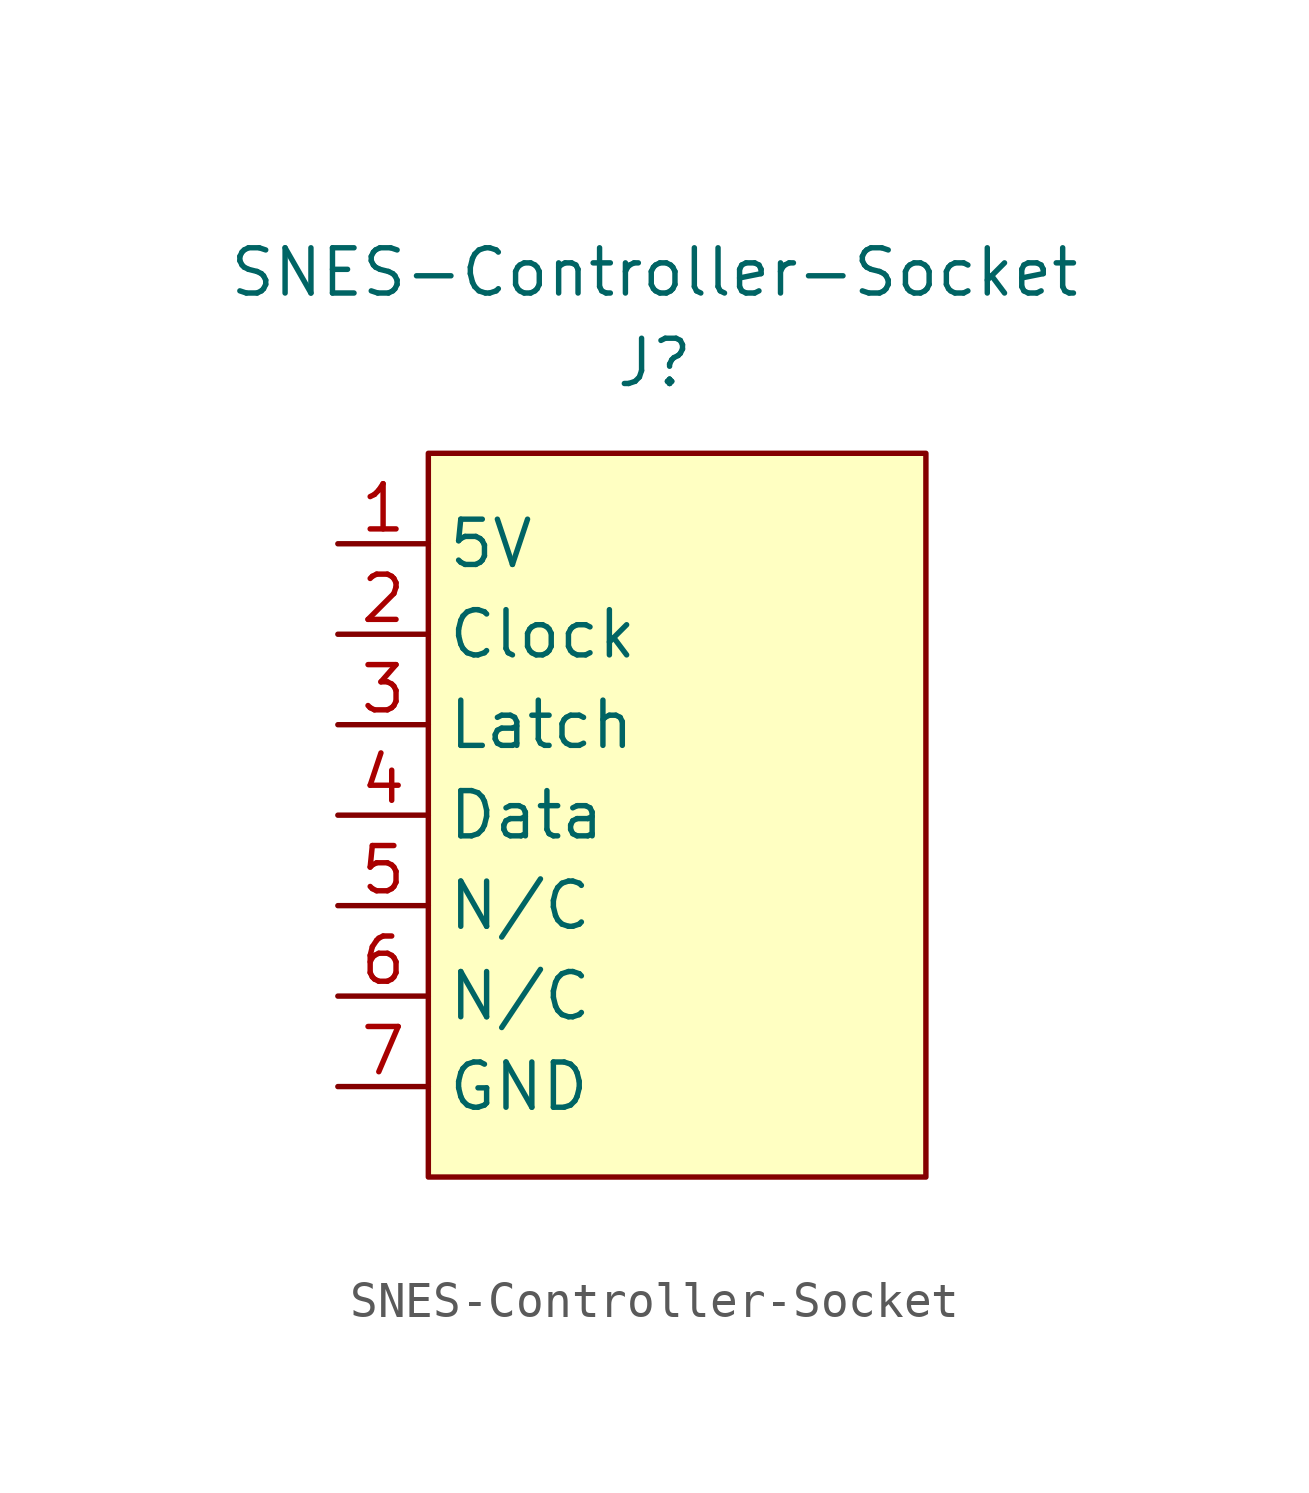
<source format=kicad_sym>
(kicad_symbol_lib
  (version 20211014)
  (generator kicad_symbol_editor)
  (symbol "SNES-Controller-Socket"
    (property "Reference" "J"
      (at 0 0 0)
      (effects (font (size 1.27 1.27))))
    (property "Value" "SNES-Controller-Socket"
      (at 0 2.54 0)
      (effects (font (size 1.27 1.27))))
    (symbol "SNES-Controller-Socket_0_1"
      (rectangle (start -6.35 -2.54) (end 7.62 -22.86) (stroke (width 0) (type default) (color 0 0 0 0)) (fill (type background))))
    (symbol "SNES-Controller-Socket_1_1"
      (pin power_in line (at -8.89 -5.08 0) (length 2.54) (name "5V" (effects (font (size 1.27 1.27)))) (number "1" (effects (font (size 1.27 1.27)))))
      (pin input line (at -8.89 -7.62 0) (length 2.54) (name "Clock" (effects (font (size 1.27 1.27)))) (number "2" (effects (font (size 1.27 1.27)))))
      (pin input line (at -8.89 -10.16 0) (length 2.54) (name "Latch" (effects (font (size 1.27 1.27)))) (number "3" (effects (font (size 1.27 1.27)))))
      (pin output line (at -8.89 -12.7 0) (length 2.54) (name "Data" (effects (font (size 1.27 1.27)))) (number "4" (effects (font (size 1.27 1.27)))))
      (pin bidirectional line (at -8.89 -15.24 0) (length 2.54) (name "N/C" (effects (font (size 1.27 1.27)))) (number "5" (effects (font (size 1.27 1.27)))))
      (pin bidirectional line (at -8.89 -17.78 0) (length 2.54) (name "N/C" (effects (font (size 1.27 1.27)))) (number "6" (effects (font (size 1.27 1.27)))))
      (pin power_in line (at -8.89 -20.32 0) (length 2.54) (name "GND" (effects (font (size 1.27 1.27)))) (number "7" (effects (font (size 1.27 1.27))))))))
</source>
